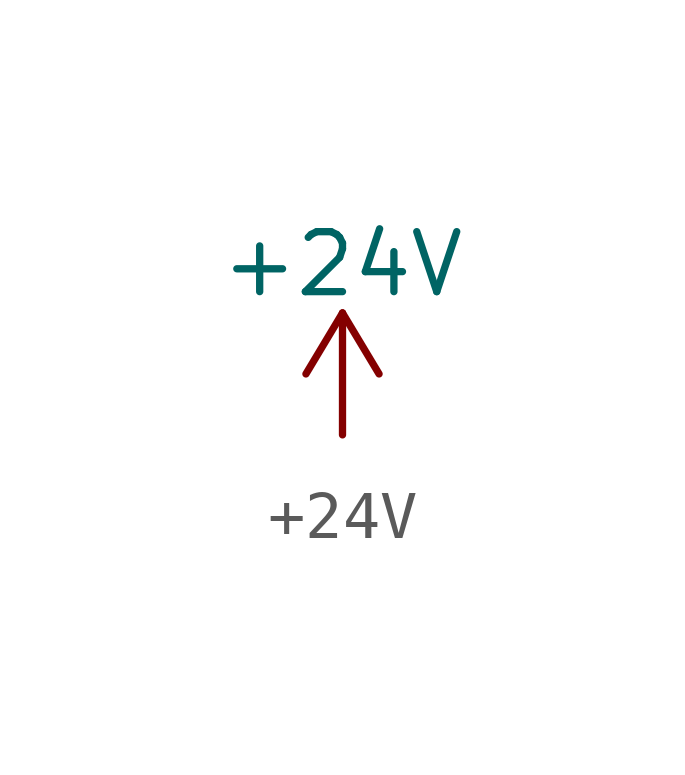
<source format=kicad_sym>
(kicad_symbol_lib
  (version 20231120)
  (generator "kicad_symbol_editor")
  (generator_version "8.0")
  (symbol "+24V"
    (power)
    (pin_numbers hide)
    (pin_names
      (offset 0) hide)
    (property "Reference" "#PWR"
      (at 0 -11 0)
      (do_not_autoplace)
      (effects (font (size 1.25 1.25)) (hide yes)))
    (property "Value" "+24V"
      (at 0 3.556 0)
      (do_not_autoplace)
      (effects (font (size 1.25 1.25))))
    (symbol "+24V_0_1"
      (polyline (pts (xy -0.762 1.27) (xy 0 2.54)) (stroke (width 0) (type default)) (fill (type none)))
      (polyline (pts (xy 0 0) (xy 0 2.54)) (stroke (width 0) (type default)) (fill (type none)))
      (polyline (pts (xy 0 2.54) (xy 0.762 1.27)) (stroke (width 0) (type default)) (fill (type none))))
    (symbol "+24V_1_1"
      (pin power_in line (at 0 0 90) (length 0) hide (name "+24V" (effects (font (size 1.25 1.25)))) (number "1" (effects (font (size 1.25 1.25))))))))
</source>
